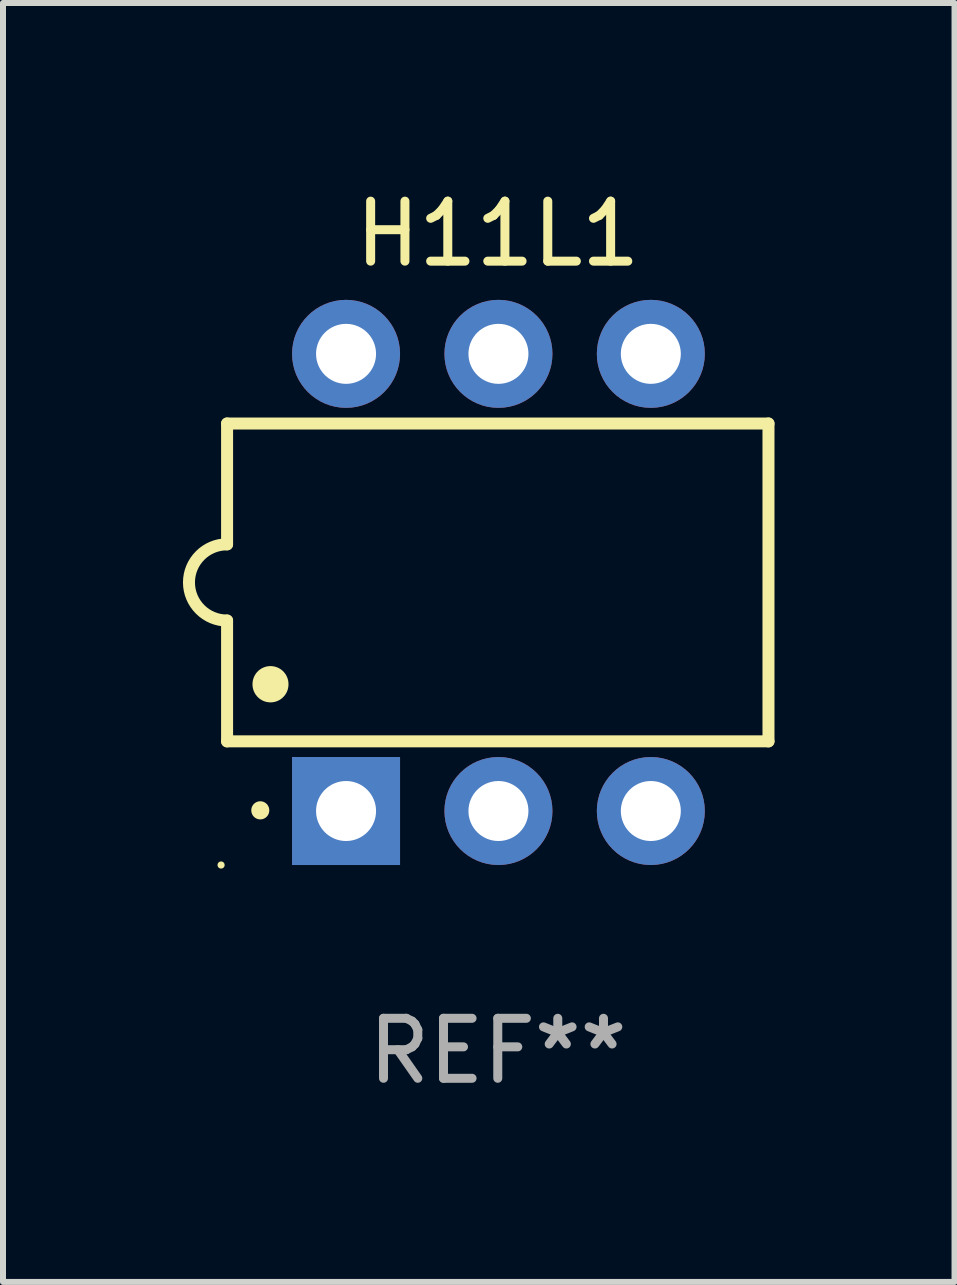
<source format=kicad_pcb>
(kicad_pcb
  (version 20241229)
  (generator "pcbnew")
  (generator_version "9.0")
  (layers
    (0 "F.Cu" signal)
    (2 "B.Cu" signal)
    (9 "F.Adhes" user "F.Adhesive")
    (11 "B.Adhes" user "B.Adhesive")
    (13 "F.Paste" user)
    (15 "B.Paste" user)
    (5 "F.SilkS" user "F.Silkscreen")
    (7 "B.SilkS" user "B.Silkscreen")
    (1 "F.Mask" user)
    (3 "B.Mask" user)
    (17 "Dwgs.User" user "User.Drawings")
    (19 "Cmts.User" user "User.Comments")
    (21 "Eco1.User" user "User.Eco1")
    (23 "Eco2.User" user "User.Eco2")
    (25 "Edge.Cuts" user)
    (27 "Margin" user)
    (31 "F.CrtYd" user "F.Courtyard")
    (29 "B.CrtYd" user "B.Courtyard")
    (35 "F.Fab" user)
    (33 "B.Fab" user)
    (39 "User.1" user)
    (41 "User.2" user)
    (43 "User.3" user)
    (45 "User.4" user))
  (footprint "H11L1"
    (layer "F.Cu")
    (at 5.247 6.658)
    (property "Reference" "H11L1" (at 0 -5.81 0) (layer "F.SilkS") (effects (font (size 1 1) (thickness 0.15))))
    (attr through_hole)
    (fp_line (start -4.512 -2.649) (end 4.512 -2.649) (stroke (width 0.2) (type solid)) (layer "F.SilkS"))
    (fp_line (start -4.512 -0.635) (end -4.512 -2.649) (stroke (width 0.2) (type solid)) (layer "F.SilkS"))
    (fp_line (start -4.512 2.649) (end -4.512 0.635) (stroke (width 0.2) (type solid)) (layer "F.SilkS"))
    (fp_line (start 4.512 -2.649) (end 4.512 2.649) (stroke (width 0.2) (type solid)) (layer "F.SilkS"))
    (fp_line (start 4.512 2.649) (end -4.512 2.649) (stroke (width 0.2) (type solid)) (layer "F.SilkS"))
    (fp_arc (start -4.512319 0.635001) (mid -5.14732 0) (end -4.512319 -0.635001) (stroke (width 0.2) (type solid)) (layer "F.SilkS"))
    (fp_arc (start -3.958598 3.799848) (mid -3.958603 3.798578) (end -3.958598 3.797308) (stroke (width 0.3) (type solid)) (layer "F.SilkS"))
    (fp_arc (start -3.788418 1.699263) (mid -3.788429 1.696723) (end -3.788418 1.694183) (stroke (width 0.6) (type solid)) (layer "F.SilkS"))
    (fp_circle (center -4.612 4.71) (end -4.582 4.71) (stroke (width 0.06) (type solid)) (fill no) (layer "F.SilkS"))
    (fp_text user "REF**" (at 0 7.81 0) (layer "F.Fab") (effects (font (size 1 1) (thickness 0.15))))
    (pad "1" thru_hole rect (at -2.529 3.81 90) (size 1.8 1.8) (drill 1) (layers "*.Cu" "*.Mask"))
    (pad "2" thru_hole circle (at 0.011 3.81) (size 1.8 1.8) (drill 1) (layers "*.Cu" "*.Mask"))
    (pad "3" thru_hole circle (at 2.551 3.81) (size 1.8 1.8) (drill 1) (layers "*.Cu" "*.Mask"))
    (pad "4" thru_hole circle (at 2.551 -3.81) (size 1.8 1.8) (drill 1) (layers "*.Cu" "*.Mask"))
    (pad "5" thru_hole circle (at 0.011 -3.81) (size 1.8 1.8) (drill 1) (layers "*.Cu" "*.Mask"))
    (pad "6" thru_hole circle (at -2.529 -3.81) (size 1.8 1.8) (drill 1) (layers "*.Cu" "*.Mask")))
  (gr_rect
    (start -3 -3)
    (end 12.86 18.317)
    (stroke (width 0.1) (type default))
    (fill no)
    (layer "Edge.Cuts")))
</source>
